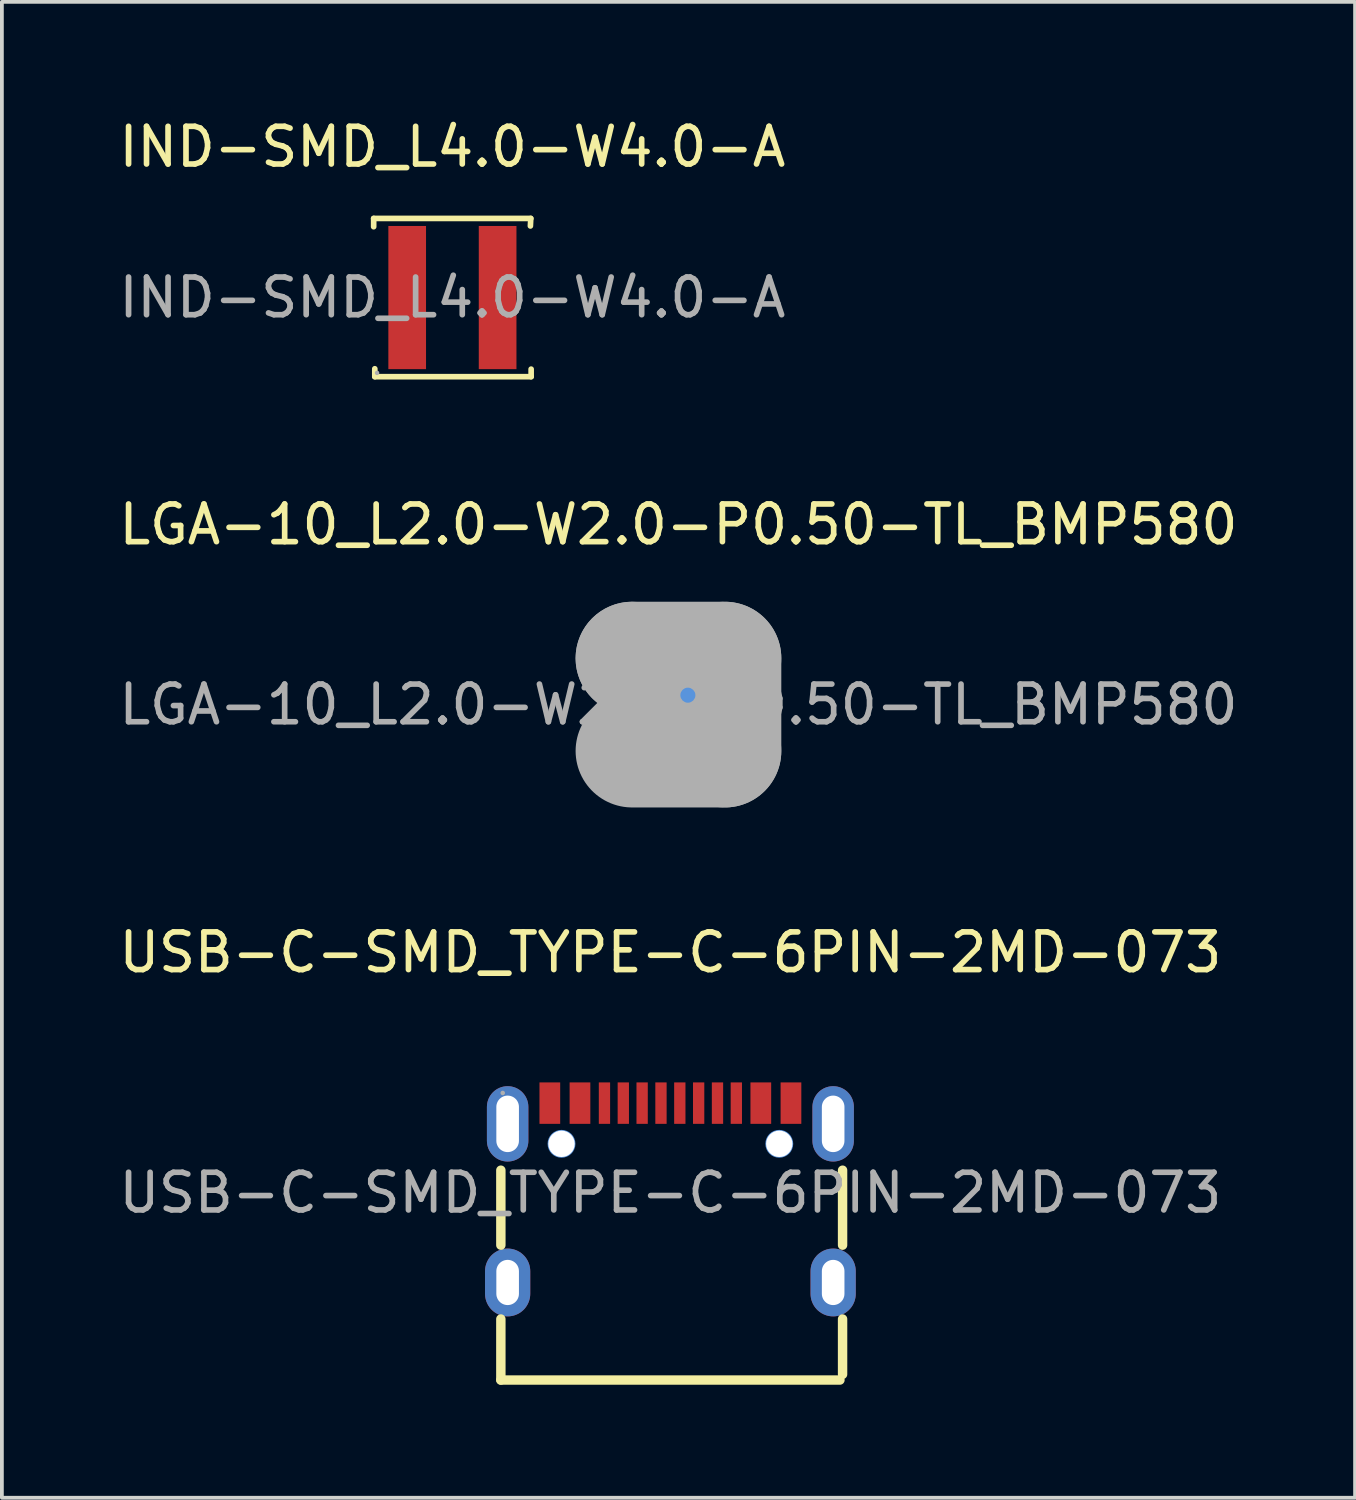
<source format=kicad_pcb>
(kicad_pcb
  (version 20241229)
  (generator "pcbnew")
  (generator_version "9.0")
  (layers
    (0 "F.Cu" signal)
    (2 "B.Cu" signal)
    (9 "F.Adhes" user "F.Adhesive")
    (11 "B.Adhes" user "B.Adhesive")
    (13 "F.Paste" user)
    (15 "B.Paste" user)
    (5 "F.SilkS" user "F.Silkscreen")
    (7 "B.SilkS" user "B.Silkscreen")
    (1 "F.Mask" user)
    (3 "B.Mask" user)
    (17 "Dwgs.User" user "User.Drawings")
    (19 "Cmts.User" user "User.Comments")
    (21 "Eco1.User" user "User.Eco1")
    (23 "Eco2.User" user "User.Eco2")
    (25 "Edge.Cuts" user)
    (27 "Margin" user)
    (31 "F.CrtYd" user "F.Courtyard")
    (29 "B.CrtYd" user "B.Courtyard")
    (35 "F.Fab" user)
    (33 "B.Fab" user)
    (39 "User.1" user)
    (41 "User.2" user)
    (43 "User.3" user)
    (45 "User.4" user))
  (footprint "IND-SMD_L4.0-W4.0-A"
    (layer "F.Cu")
    (at 8.958 4.848)
    (property "Reference" "IND-SMD_L4.0-W4.0-A" (at 0 -4 0) (layer "F.SilkS") (effects (font (size 1 1) (thickness 0.15))))
    (attr smd)
    (fp_line (start -2.09 -2.1) (end -2.09 -1.88) (stroke (width 0.15) (type solid)) (layer "F.SilkS"))
    (fp_line (start -2.06 1.89) (end -2.06 2.1) (stroke (width 0.15) (type solid)) (layer "F.SilkS"))
    (fp_line (start -2.06 2.1) (end 2.09 2.1) (stroke (width 0.15) (type solid)) (layer "F.SilkS"))
    (fp_line (start 2.07 -1.9) (end 2.08 -2.1) (stroke (width 0.15) (type solid)) (layer "F.SilkS"))
    (fp_line (start 2.08 -2.1) (end -2.09 -2.1) (stroke (width 0.15) (type solid)) (layer "F.SilkS"))
    (fp_line (start 2.09 2.1) (end 2.09 1.9) (stroke (width 0.15) (type solid)) (layer "F.SilkS"))
    (fp_circle (center -2 2) (end -1.97 2) (stroke (width 0.06) (type solid)) (fill no) (layer "F.Fab"))
    (fp_text user "${REFERENCE}" (at 0 0 0) (layer "F.Fab") (effects (font (size 1 1) (thickness 0.15))))
    (pad "1" smd rect (at -1.2 0) (size 1 3.8) (layers "F.Cu" "F.Mask" "F.Paste"))
    (pad "2" smd rect (at 1.2 0) (size 1 3.8) (layers "F.Cu" "F.Mask" "F.Paste")))
  (footprint "LGA-10_L2.0-W2.0-P0.50-TL_BMP580"
    (layer "F.Cu")
    (at 14.958 15.652)
    (property "Reference" "LGA-10_L2.0-W2.0-P0.50-TL_BMP580" (at 0 -4.78 0) (layer "F.SilkS") (effects (font (size 1 1) (thickness 0.15))))
    (attr through_hole)
    (fp_line (start -1.5 -0.5) (end -1.6 -0.4) (stroke (width 0.15) (type solid)) (layer "F.SilkS"))
    (fp_line (start -1.5 -0.1) (end -1.5 -0.5) (stroke (width 0.15) (type solid)) (layer "F.SilkS"))
    (fp_circle (center 0.25 -0.25) (end 0.35 -0.25) (stroke (width 0.2) (type solid)) (fill no) (layer "F.SilkS"))
    (fp_circle (center 0.25 -0.25) (end 0.35 -0.25) (stroke (width 0.2) (type solid)) (fill no) (layer "Cmts.User"))
    (fp_line (start -1.23 -1.23) (end -1.23 -1.23) (stroke (width 3) (type solid)) (layer "F.Fab"))
    (fp_line (start -1.23 -1.23) (end 1.23 -1.23) (stroke (width 3) (type solid)) (layer "F.Fab"))
    (fp_line (start 1.23 -1.23) (end 1.23 1.23) (stroke (width 3) (type solid)) (layer "F.Fab"))
    (fp_line (start 1.23 1.23) (end -1.23 1.23) (stroke (width 3) (type solid)) (layer "F.Fab"))
    (fp_circle (center -1 -1) (end -0.97 -1) (stroke (width 0.06) (type solid)) (fill no) (layer "F.Fab"))
    (fp_text user "${REFERENCE}" (at 0 0 0) (layer "F.Fab") (effects (font (size 1 1) (thickness 0.15))))
    (pad "1" smd rect (at -0.78 -0.25 90) (size 0.3 0.3) (layers "F.Cu" "F.Mask" "F.Paste"))
    (pad "2" smd rect (at -0.78 0.25 90) (size 0.3 0.3) (layers "F.Cu" "F.Mask" "F.Paste"))
    (pad "3" smd rect (at -0.5 0.78 90) (size 0.3 0.3) (layers "F.Cu" "F.Mask" "F.Paste"))
    (pad "4" smd rect (at 0 0.78 90) (size 0.3 0.3) (layers "F.Cu" "F.Mask" "F.Paste"))
    (pad "5" smd rect (at 0.5 0.78 90) (size 0.3 0.3) (layers "F.Cu" "F.Mask" "F.Paste"))
    (pad "6" smd rect (at 0.78 0.25 90) (size 0.3 0.3) (layers "F.Cu" "F.Mask" "F.Paste"))
    (pad "7" smd rect (at 0.78 -0.25 90) (size 0.3 0.3) (layers "F.Cu" "F.Mask" "F.Paste"))
    (pad "8" smd rect (at 0.5 -0.78 90) (size 0.3 0.3) (layers "F.Cu" "F.Mask" "F.Paste"))
    (pad "9" smd rect (at 0 -0.78 90) (size 0.3 0.3) (layers "F.Cu" "F.Mask" "F.Paste"))
    (pad "10" smd rect (at -0.5 -0.78 90) (size 0.3 0.3) (layers "F.Cu" "F.Mask" "F.Paste")))
  (footprint "USB-C-SMD_TYPE-C-6PIN-2MD-073"
    (layer "F.Cu")
    (at 14.744 28.61)
    (property "Reference" "USB-C-SMD_TYPE-C-6PIN-2MD-073" (at 0 -6.38 0) (layer "F.SilkS") (effects (font (size 1 1) (thickness 0.15))))
    (attr smd)
    (fp_line (start -4.5 1.39) (end -4.5 -0.6) (stroke (width 0.25) (type solid)) (layer "F.SilkS"))
    (fp_line (start -4.5 4.97) (end -4.5 3.35) (stroke (width 0.25) (type solid)) (layer "F.SilkS"))
    (fp_line (start 4.5 4.97) (end -4.5 4.97) (stroke (width 0.25) (type solid)) (layer "F.SilkS"))
    (fp_line (start 4.57 1.39) (end 4.57 -0.6) (stroke (width 0.25) (type solid)) (layer "F.SilkS"))
    (fp_line (start 4.57 4.82) (end 4.57 3.35) (stroke (width 0.25) (type solid)) (layer "F.SilkS"))
    (fp_circle (center -2.89 -1.3) (end -2.77 -1.3) (stroke (width 0.25) (type solid)) (fill no) (layer "Cmts.User"))
    (fp_circle (center 2.89 -1.3) (end 3.01 -1.3) (stroke (width 0.25) (type solid)) (fill no) (layer "Cmts.User"))
    (fp_circle (center -4.45 -2.65) (end -4.42 -2.65) (stroke (width 0.06) (type solid)) (fill no) (layer "F.Fab"))
    (fp_text user "${REFERENCE}" (at 0 0 0) (layer "F.Fab") (effects (font (size 1 1) (thickness 0.15))))
    (pad "" thru_hole circle (at -2.89 -1.3) (size 0.7 0.7) (drill 0.7) (layers "*.Cu" "*.Mask"))
    (pad "" thru_hole circle (at 2.89 -1.3) (size 0.7 0.7) (drill 0.7) (layers "*.Cu" "*.Mask"))
    (pad "1" smd rect (at -3.2 -2.38) (size 0.55 1.1) (layers "F.Cu" "F.Mask" "F.Paste"))
    (pad "2" smd rect (at -2.4 -2.38) (size 0.55 1.1) (layers "F.Cu" "F.Mask" "F.Paste"))
    (pad "3" smd rect (at -1.75 -2.38) (size 0.3 1.1) (layers "F.Cu" "F.Mask" "F.Paste"))
    (pad "4" smd rect (at -1.25 -2.38) (size 0.3 1.1) (layers "F.Cu" "F.Mask" "F.Paste"))
    (pad "5" smd rect (at -0.75 -2.38) (size 0.3 1.1) (layers "F.Cu" "F.Mask" "F.Paste"))
    (pad "6" smd rect (at -0.25 -2.38) (size 0.3 1.1) (layers "F.Cu" "F.Mask" "F.Paste"))
    (pad "7" smd rect (at 0.25 -2.38) (size 0.3 1.1) (layers "F.Cu" "F.Mask" "F.Paste"))
    (pad "8" smd rect (at 0.75 -2.38) (size 0.3 1.1) (layers "F.Cu" "F.Mask" "F.Paste"))
    (pad "9" smd rect (at 1.25 -2.38) (size 0.3 1.1) (layers "F.Cu" "F.Mask" "F.Paste"))
    (pad "10" smd rect (at 1.75 -2.38) (size 0.3 1.1) (layers "F.Cu" "F.Mask" "F.Paste"))
    (pad "11" smd rect (at 2.4 -2.38) (size 0.55 1.1) (layers "F.Cu" "F.Mask" "F.Paste"))
    (pad "12" smd rect (at 3.2 -2.38) (size 0.55 1.1) (layers "F.Cu" "F.Mask" "F.Paste"))
    (pad "13" thru_hole oval (at -4.32 -1.83) (size 1.1 2) (drill oval 0.6 1.5) (layers "*.Cu" "*.Mask"))
    (pad "13" thru_hole oval (at -4.32 2.38) (size 1.2 1.8) (drill oval 0.6 1.2) (layers "*.Cu" "*.Mask"))
    (pad "14" thru_hole oval (at 4.32 -1.83) (size 1.1 2) (drill oval 0.6 1.5) (layers "*.Cu" "*.Mask"))
    (pad "14" thru_hole oval (at 4.32 2.38) (size 1.2 1.8) (drill oval 0.6 1.2) (layers "*.Cu" "*.Mask")))
  (gr_rect
    (start -3 -3)
    (end 32.917 36.705)
    (stroke (width 0.1) (type default))
    (fill no)
    (layer "Edge.Cuts")))
</source>
